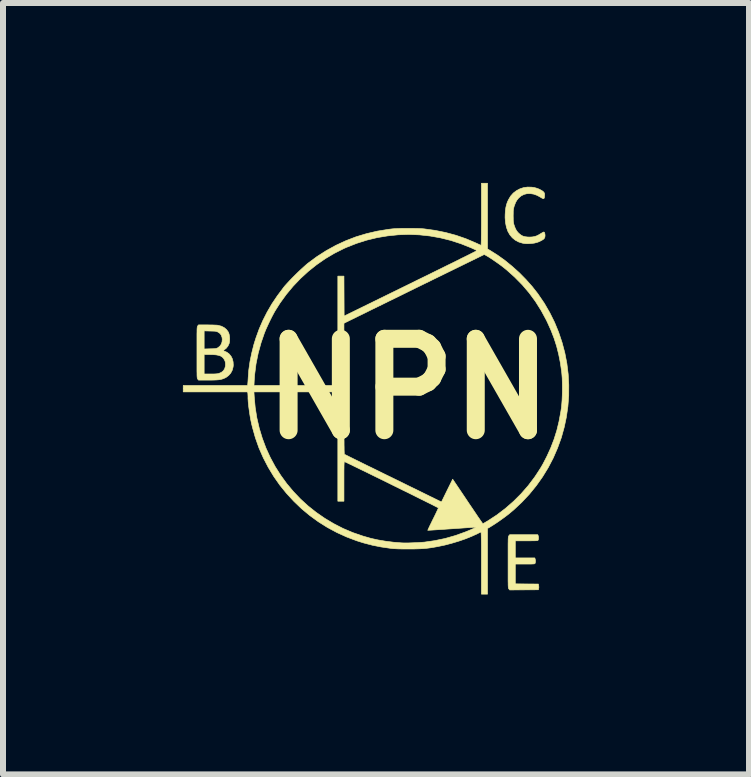
<source format=kicad_pcb>
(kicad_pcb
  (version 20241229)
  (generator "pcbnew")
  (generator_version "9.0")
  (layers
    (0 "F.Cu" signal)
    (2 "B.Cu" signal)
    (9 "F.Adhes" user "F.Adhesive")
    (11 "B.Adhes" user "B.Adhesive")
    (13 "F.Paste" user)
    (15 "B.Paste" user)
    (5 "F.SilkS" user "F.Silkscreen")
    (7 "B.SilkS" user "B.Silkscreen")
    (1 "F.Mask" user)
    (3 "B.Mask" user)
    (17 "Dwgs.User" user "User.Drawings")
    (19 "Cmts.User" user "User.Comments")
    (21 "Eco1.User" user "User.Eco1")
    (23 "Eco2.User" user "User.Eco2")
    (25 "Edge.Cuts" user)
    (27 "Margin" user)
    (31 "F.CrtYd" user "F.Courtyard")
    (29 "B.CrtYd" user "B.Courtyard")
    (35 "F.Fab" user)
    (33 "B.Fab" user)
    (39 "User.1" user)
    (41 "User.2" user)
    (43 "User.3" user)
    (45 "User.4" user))
  (footprint "NPN"
    (layer "F.Cu")
    (at 3.758 3.434)
    (property "Reference" "NPN" (at 0 0 0) (layer "F.SilkS") (effects (font (size 1.524 1.524) (thickness 0.3))))
    (attr through_hole)
    (fp_poly (pts (xy 2.166 2.448) (xy 2.171 2.471) (xy 2.171 2.496) (xy 2.167 2.518) (xy 2.165 2.521) (xy 2.163 2.525) (xy 2.159 2.528) (xy 2.152 2.53) (xy 2.14 2.531) (xy 2.123 2.532) (xy 2.099 2.533) (xy 2.066 2.533) (xy 2.023 2.534) (xy 1.971 2.534) (xy 1.784 2.534) (xy 1.784 2.819) (xy 2.109 2.819) (xy 2.115 2.836) (xy 2.12 2.859) (xy 2.12 2.884) (xy 2.116 2.905) (xy 2.114 2.909) (xy 2.112 2.912) (xy 2.107 2.915) (xy 2.1 2.918) (xy 2.087 2.919) (xy 2.069 2.92) (xy 2.043 2.921) (xy 2.007 2.921) (xy 1.961 2.921) (xy 1.946 2.921) (xy 1.784 2.921) (xy 1.784 3.251) (xy 1.976 3.253) (xy 2.169 3.254) (xy 2.174 3.278) (xy 2.177 3.309) (xy 2.174 3.326) (xy 2.169 3.35) (xy 1.69 3.353) (xy 1.677 3.336) (xy 1.674 3.333) (xy 1.672 3.329) (xy 1.67 3.323) (xy 1.669 3.315) (xy 1.667 3.304) (xy 1.666 3.288) (xy 1.665 3.267) (xy 1.665 3.24) (xy 1.664 3.207) (xy 1.664 3.165) (xy 1.664 3.114) (xy 1.664 3.053) (xy 1.664 2.981) (xy 1.664 2.898) (xy 1.664 2.892) (xy 1.664 2.808) (xy 1.664 2.736) (xy 1.664 2.675) (xy 1.664 2.623) (xy 1.664 2.581) (xy 1.665 2.546) (xy 1.665 2.519) (xy 1.666 2.498) (xy 1.667 2.482) (xy 1.669 2.47) (xy 1.67 2.462) (xy 1.672 2.457) (xy 1.674 2.452) (xy 1.677 2.449) (xy 1.677 2.449) (xy 1.69 2.432) (xy 2.159 2.432) (xy 2.166 2.448)) (stroke (width 0.01) (type solid)) (fill yes) (layer "F.SilkS"))
    (fp_poly (pts (xy 2.06 -3.363) (xy 2.105 -3.356) (xy 2.14 -3.346) (xy 2.176 -3.333) (xy 2.209 -3.316) (xy 2.238 -3.299) (xy 2.257 -3.283) (xy 2.257 -3.282) (xy 2.266 -3.27) (xy 2.271 -3.257) (xy 2.273 -3.24) (xy 2.272 -3.221) (xy 2.27 -3.193) (xy 2.264 -3.177) (xy 2.255 -3.171) (xy 2.239 -3.175) (xy 2.216 -3.188) (xy 2.207 -3.194) (xy 2.149 -3.226) (xy 2.091 -3.247) (xy 2.034 -3.256) (xy 1.98 -3.255) (xy 1.929 -3.242) (xy 1.882 -3.218) (xy 1.841 -3.183) (xy 1.839 -3.181) (xy 1.813 -3.149) (xy 1.791 -3.112) (xy 1.773 -3.066) (xy 1.764 -3.041) (xy 1.759 -3.022) (xy 1.755 -3.004) (xy 1.752 -2.985) (xy 1.75 -2.961) (xy 1.75 -2.93) (xy 1.749 -2.889) (xy 1.749 -2.886) (xy 1.75 -2.845) (xy 1.75 -2.813) (xy 1.752 -2.789) (xy 1.755 -2.769) (xy 1.758 -2.751) (xy 1.764 -2.731) (xy 1.764 -2.731) (xy 1.782 -2.682) (xy 1.801 -2.644) (xy 1.825 -2.612) (xy 1.846 -2.591) (xy 1.878 -2.565) (xy 1.911 -2.547) (xy 1.948 -2.537) (xy 1.991 -2.532) (xy 2.019 -2.531) (xy 2.064 -2.533) (xy 2.101 -2.539) (xy 2.137 -2.55) (xy 2.174 -2.568) (xy 2.207 -2.588) (xy 2.229 -2.601) (xy 2.247 -2.611) (xy 2.258 -2.616) (xy 2.26 -2.616) (xy 2.269 -2.61) (xy 2.275 -2.596) (xy 2.279 -2.575) (xy 2.28 -2.552) (xy 2.277 -2.53) (xy 2.271 -2.515) (xy 2.259 -2.499) (xy 2.236 -2.483) (xy 2.205 -2.466) (xy 2.17 -2.45) (xy 2.143 -2.441) (xy 2.1 -2.43) (xy 2.05 -2.424) (xy 1.998 -2.421) (xy 1.949 -2.422) (xy 1.906 -2.429) (xy 1.841 -2.449) (xy 1.783 -2.48) (xy 1.734 -2.52) (xy 1.693 -2.569) (xy 1.66 -2.627) (xy 1.636 -2.695) (xy 1.621 -2.77) (xy 1.614 -2.854) (xy 1.615 -2.908) (xy 1.619 -2.97) (xy 1.626 -3.022) (xy 1.637 -3.07) (xy 1.652 -3.115) (xy 1.671 -3.155) (xy 1.706 -3.214) (xy 1.75 -3.264) (xy 1.802 -3.304) (xy 1.86 -3.335) (xy 1.923 -3.356) (xy 1.99 -3.365) (xy 2.06 -3.363)) (stroke (width 0.01) (type solid)) (fill yes) (layer "F.SilkS"))
    (fp_poly (pts (xy -3.357 -1.067) (xy -3.313 -1.066) (xy -3.271 -1.066) (xy -3.233 -1.064) (xy -3.201 -1.063) (xy -3.179 -1.061) (xy -3.175 -1.06) (xy -3.119 -1.046) (xy -3.071 -1.022) (xy -3.032 -0.99) (xy -3.002 -0.949) (xy -2.999 -0.943) (xy -2.988 -0.913) (xy -2.981 -0.875) (xy -2.978 -0.834) (xy -2.98 -0.794) (xy -2.986 -0.76) (xy -2.987 -0.757) (xy -3.007 -0.714) (xy -3.035 -0.678) (xy -3.064 -0.655) (xy -3.092 -0.637) (xy -3.068 -0.63) (xy -3.024 -0.61) (xy -2.986 -0.581) (xy -2.955 -0.543) (xy -2.933 -0.499) (xy -2.921 -0.449) (xy -2.918 -0.396) (xy -2.921 -0.366) (xy -2.935 -0.312) (xy -2.961 -0.263) (xy -2.996 -0.223) (xy -3.04 -0.19) (xy -3.059 -0.181) (xy -3.082 -0.171) (xy -3.105 -0.163) (xy -3.13 -0.157) (xy -3.159 -0.152) (xy -3.193 -0.149) (xy -3.235 -0.147) (xy -3.286 -0.146) (xy -3.338 -0.146) (xy -3.498 -0.146) (xy -3.511 -0.163) (xy -3.514 -0.166) (xy -3.516 -0.17) (xy -3.518 -0.176) (xy -3.519 -0.184) (xy -3.521 -0.195) (xy -3.522 -0.211) (xy -3.523 -0.232) (xy -3.523 -0.259) (xy -3.524 -0.293) (xy -3.524 -0.335) (xy -3.524 -0.386) (xy -3.524 -0.447) (xy -3.524 -0.519) (xy -3.524 -0.572) (xy -3.404 -0.572) (xy -3.404 -0.248) (xy -3.297 -0.248) (xy -3.246 -0.248) (xy -3.207 -0.25) (xy -3.178 -0.253) (xy -3.16 -0.257) (xy -3.117 -0.275) (xy -3.085 -0.301) (xy -3.062 -0.335) (xy -3.05 -0.377) (xy -3.048 -0.407) (xy -3.05 -0.436) (xy -3.055 -0.46) (xy -3.065 -0.483) (xy -3.082 -0.51) (xy -3.103 -0.531) (xy -3.13 -0.548) (xy -3.163 -0.559) (xy -3.205 -0.567) (xy -3.257 -0.571) (xy -3.307 -0.572) (xy -3.404 -0.572) (xy -3.524 -0.572) (xy -3.524 -0.602) (xy -3.524 -0.606) (xy -3.524 -0.665) (xy -3.404 -0.665) (xy -3.304 -0.668) (xy -3.265 -0.669) (xy -3.237 -0.67) (xy -3.217 -0.672) (xy -3.202 -0.675) (xy -3.19 -0.679) (xy -3.178 -0.684) (xy -3.175 -0.686) (xy -3.144 -0.71) (xy -3.12 -0.743) (xy -3.106 -0.782) (xy -3.102 -0.824) (xy -3.105 -0.855) (xy -3.118 -0.893) (xy -3.137 -0.921) (xy -3.167 -0.943) (xy -3.172 -0.946) (xy -3.185 -0.952) (xy -3.197 -0.956) (xy -3.212 -0.96) (xy -3.231 -0.962) (xy -3.257 -0.963) (xy -3.293 -0.964) (xy -3.303 -0.964) (xy -3.404 -0.967) (xy -3.404 -0.665) (xy -3.524 -0.665) (xy -3.524 -0.69) (xy -3.524 -0.763) (xy -3.524 -0.824) (xy -3.524 -0.876) (xy -3.524 -0.918) (xy -3.523 -0.953) (xy -3.523 -0.98) (xy -3.522 -1.001) (xy -3.521 -1.017) (xy -3.519 -1.028) (xy -3.518 -1.037) (xy -3.516 -1.042) (xy -3.514 -1.046) (xy -3.511 -1.05) (xy -3.511 -1.05) (xy -3.498 -1.067) (xy -3.357 -1.067)) (stroke (width 0.01) (type solid)) (fill yes) (layer "F.SilkS"))
    (fp_poly (pts (xy 1.321 -2.333) (xy 1.364 -2.308) (xy 1.488 -2.23) (xy 1.612 -2.141) (xy 1.733 -2.042) (xy 1.851 -1.936) (xy 1.962 -1.823) (xy 2.067 -1.705) (xy 2.162 -1.584) (xy 2.167 -1.576) (xy 2.269 -1.426) (xy 2.359 -1.27) (xy 2.439 -1.109) (xy 2.507 -0.943) (xy 2.564 -0.773) (xy 2.61 -0.6) (xy 2.644 -0.424) (xy 2.666 -0.246) (xy 2.676 -0.066) (xy 2.675 0.114) (xy 2.661 0.294) (xy 2.635 0.474) (xy 2.6 0.639) (xy 2.551 0.815) (xy 2.489 0.986) (xy 2.417 1.152) (xy 2.333 1.313) (xy 2.238 1.468) (xy 2.133 1.616) (xy 2.018 1.757) (xy 1.893 1.89) (xy 1.759 2.016) (xy 1.673 2.088) (xy 1.639 2.114) (xy 1.598 2.145) (xy 1.553 2.177) (xy 1.507 2.21) (xy 1.461 2.241) (xy 1.418 2.269) (xy 1.381 2.292) (xy 1.354 2.309) (xy 1.321 2.327) (xy 1.321 2.875) (xy 1.321 3.423) (xy 1.219 3.423) (xy 1.219 2.905) (xy 1.219 2.798) (xy 1.219 2.703) (xy 1.219 2.621) (xy 1.218 2.551) (xy 1.217 2.494) (xy 1.216 2.449) (xy 1.215 2.417) (xy 1.214 2.396) (xy 1.213 2.388) (xy 1.213 2.388) (xy 1.204 2.39) (xy 1.188 2.397) (xy 1.166 2.408) (xy 1.157 2.413) (xy 1.061 2.457) (xy 0.955 2.5) (xy 0.842 2.539) (xy 0.726 2.574) (xy 0.608 2.605) (xy 0.493 2.629) (xy 0.483 2.631) (xy 0.421 2.642) (xy 0.364 2.651) (xy 0.311 2.658) (xy 0.258 2.663) (xy 0.203 2.666) (xy 0.143 2.668) (xy 0.075 2.67) (xy 0 2.67) (xy -0.067 2.67) (xy -0.122 2.669) (xy -0.17 2.668) (xy -0.21 2.666) (xy -0.247 2.664) (xy -0.281 2.661) (xy -0.302 2.658) (xy -0.454 2.636) (xy -0.599 2.607) (xy -0.741 2.57) (xy -0.857 2.534) (xy -1.027 2.47) (xy -1.192 2.395) (xy -1.35 2.31) (xy -1.501 2.215) (xy -1.645 2.11) (xy -1.782 1.996) (xy -1.91 1.873) (xy -2.03 1.743) (xy -2.142 1.605) (xy -2.244 1.459) (xy -2.336 1.307) (xy -2.418 1.149) (xy -2.49 0.985) (xy -2.55 0.815) (xy -2.599 0.641) (xy -2.613 0.584) (xy -2.628 0.513) (xy -2.641 0.438) (xy -2.652 0.362) (xy -2.662 0.289) (xy -2.669 0.221) (xy -2.673 0.16) (xy -2.673 0.124) (xy -2.674 0.099) (xy -2.675 0.078) (xy -2.677 0.065) (xy -2.681 0.051) (xy -2.574 0.051) (xy -2.569 0.129) (xy -2.553 0.308) (xy -2.525 0.485) (xy -2.485 0.657) (xy -2.434 0.825) (xy -2.373 0.988) (xy -2.301 1.145) (xy -2.219 1.297) (xy -2.127 1.442) (xy -2.026 1.581) (xy -1.915 1.713) (xy -1.797 1.837) (xy -1.67 1.953) (xy -1.535 2.06) (xy -1.392 2.159) (xy -1.243 2.248) (xy -1.087 2.328) (xy -0.924 2.397) (xy -0.755 2.455) (xy -0.622 2.493) (xy -0.504 2.519) (xy -0.379 2.54) (xy -0.246 2.557) (xy -0.108 2.568) (xy -0.079 2.569) (xy -0.041 2.569) (xy 0.005 2.569) (xy 0.055 2.567) (xy 0.107 2.565) (xy 0.158 2.563) (xy 0.206 2.56) (xy 0.246 2.557) (xy 0.264 2.556) (xy 0.438 2.531) (xy 0.612 2.495) (xy 0.784 2.446) (xy 0.951 2.386) (xy 1.013 2.361) (xy 1.055 2.343) (xy 1.086 2.329) (xy 1.108 2.319) (xy 1.119 2.313) (xy 1.122 2.309) (xy 1.116 2.307) (xy 1.103 2.307) (xy 1.084 2.308) (xy 1.079 2.309) (xy 0.955 2.317) (xy 0.842 2.325) (xy 0.739 2.332) (xy 0.647 2.338) (xy 0.566 2.344) (xy 0.496 2.348) (xy 0.438 2.352) (xy 0.392 2.355) (xy 0.357 2.357) (xy 0.335 2.358) (xy 0.325 2.358) (xy 0.324 2.358) (xy 0.327 2.352) (xy 0.334 2.336) (xy 0.345 2.312) (xy 0.36 2.28) (xy 0.379 2.242) (xy 0.399 2.2) (xy 0.412 2.174) (xy 0.434 2.13) (xy 0.454 2.089) (xy 0.471 2.053) (xy 0.485 2.023) (xy 0.495 2.001) (xy 0.501 1.988) (xy 0.502 1.985) (xy 0.496 1.982) (xy 0.48 1.973) (xy 0.454 1.96) (xy 0.419 1.942) (xy 0.376 1.92) (xy 0.325 1.895) (xy 0.267 1.866) (xy 0.204 1.835) (xy 0.136 1.801) (xy 0.064 1.765) (xy -0.012 1.727) (xy -0.091 1.689) (xy -0.171 1.649) (xy -0.253 1.609) (xy -0.335 1.568) (xy -0.416 1.528) (xy -0.496 1.489) (xy -0.574 1.451) (xy -0.649 1.414) (xy -0.72 1.379) (xy -0.787 1.347) (xy -0.848 1.317) (xy -0.904 1.29) (xy -0.952 1.266) (xy -0.993 1.247) (xy -1.025 1.231) (xy -1.048 1.221) (xy -1.061 1.215) (xy -1.064 1.214) (xy -1.066 1.215) (xy -1.068 1.219) (xy -1.069 1.226) (xy -1.07 1.239) (xy -1.071 1.258) (xy -1.072 1.284) (xy -1.072 1.318) (xy -1.073 1.361) (xy -1.073 1.414) (xy -1.073 1.478) (xy -1.073 1.543) (xy -1.073 1.873) (xy -1.175 1.873) (xy -1.175 0.051) (xy -2.574 0.051) (xy -2.681 0.051) (xy -3.753 0.051) (xy -3.753 -0.057) (xy -2.68 -0.057) (xy -2.573 -0.057) (xy -1.175 -0.057) (xy -1.175 -1.093) (xy -1.073 -1.093) (xy -1.073 -0.004) (xy -1.073 0.139) (xy -1.073 0.27) (xy -1.073 0.389) (xy -1.073 0.497) (xy -1.073 0.594) (xy -1.072 0.68) (xy -1.072 0.757) (xy -1.072 0.825) (xy -1.071 0.883) (xy -1.071 0.934) (xy -1.07 0.976) (xy -1.07 1.011) (xy -1.069 1.039) (xy -1.068 1.06) (xy -1.068 1.075) (xy -1.067 1.085) (xy -1.066 1.09) (xy -1.065 1.091) (xy -1.059 1.094) (xy -1.041 1.103) (xy -1.014 1.116) (xy -0.977 1.135) (xy -0.932 1.157) (xy -0.878 1.184) (xy -0.818 1.213) (xy -0.75 1.247) (xy -0.677 1.283) (xy -0.598 1.321) (xy -0.515 1.362) (xy -0.428 1.405) (xy -0.338 1.449) (xy -0.321 1.457) (xy -0.229 1.502) (xy -0.139 1.546) (xy -0.052 1.589) (xy 0.031 1.63) (xy 0.11 1.668) (xy 0.183 1.704) (xy 0.25 1.737) (xy 0.311 1.767) (xy 0.363 1.793) (xy 0.408 1.814) (xy 0.443 1.832) (xy 0.469 1.844) (xy 0.484 1.852) (xy 0.484 1.852) (xy 0.553 1.886) (xy 0.646 1.696) (xy 0.74 1.506) (xy 0.845 1.662) (xy 0.909 1.757) (xy 0.966 1.842) (xy 1.016 1.917) (xy 1.061 1.983) (xy 1.1 2.041) (xy 1.133 2.09) (xy 1.161 2.132) (xy 1.185 2.166) (xy 1.204 2.194) (xy 1.219 2.215) (xy 1.23 2.231) (xy 1.237 2.241) (xy 1.242 2.247) (xy 1.244 2.248) (xy 1.25 2.245) (xy 1.266 2.236) (xy 1.288 2.223) (xy 1.315 2.207) (xy 1.326 2.201) (xy 1.477 2.102) (xy 1.62 1.993) (xy 1.755 1.875) (xy 1.882 1.748) (xy 1.999 1.614) (xy 2.107 1.471) (xy 2.131 1.435) (xy 2.173 1.371) (xy 2.21 1.313) (xy 2.243 1.256) (xy 2.275 1.195) (xy 2.309 1.128) (xy 2.31 1.127) (xy 2.375 0.984) (xy 2.43 0.841) (xy 2.476 0.695) (xy 2.513 0.543) (xy 2.542 0.385) (xy 2.554 0.308) (xy 2.559 0.253) (xy 2.564 0.188) (xy 2.567 0.117) (xy 2.569 0.041) (xy 2.569 -0.035) (xy 2.568 -0.109) (xy 2.566 -0.179) (xy 2.561 -0.242) (xy 2.557 -0.286) (xy 2.535 -0.436) (xy 2.507 -0.577) (xy 2.473 -0.712) (xy 2.431 -0.843) (xy 2.381 -0.973) (xy 2.322 -1.104) (xy 2.302 -1.146) (xy 2.216 -1.305) (xy 2.121 -1.456) (xy 2.016 -1.599) (xy 1.901 -1.734) (xy 1.775 -1.862) (xy 1.64 -1.983) (xy 1.587 -2.026) (xy 1.552 -2.053) (xy 1.511 -2.083) (xy 1.467 -2.114) (xy 1.422 -2.145) (xy 1.379 -2.174) (xy 1.34 -2.199) (xy 1.308 -2.218) (xy 1.302 -2.221) (xy 1.267 -2.241) (xy 0.114 -1.677) (xy 0.000246 -1.621) (xy -0.111 -1.566) (xy -0.219 -1.513) (xy -0.322 -1.463) (xy -0.421 -1.414) (xy -0.515 -1.368) (xy -0.604 -1.325) (xy -0.686 -1.284) (xy -0.761 -1.247) (xy -0.829 -1.214) (xy -0.889 -1.184) (xy -0.941 -1.159) (xy -0.984 -1.138) (xy -1.017 -1.121) (xy -1.041 -1.11) (xy -1.053 -1.104) (xy -1.056 -1.102) (xy -1.073 -1.093) (xy -1.175 -1.093) (xy -1.175 -1.88) (xy -1.124 -1.88) (xy -1.073 -1.88) (xy -1.07 -1.214) (xy 0.04 -1.758) (xy 0.151 -1.813) (xy 0.26 -1.866) (xy 0.364 -1.917) (xy 0.465 -1.967) (xy 0.561 -2.014) (xy 0.651 -2.059) (xy 0.736 -2.1) (xy 0.814 -2.139) (xy 0.885 -2.175) (xy 0.949 -2.206) (xy 1.005 -2.234) (xy 1.052 -2.258) (xy 1.09 -2.277) (xy 1.119 -2.292) (xy 1.137 -2.302) (xy 1.144 -2.306) (xy 1.144 -2.306) (xy 1.137 -2.31) (xy 1.121 -2.318) (xy 1.096 -2.33) (xy 1.067 -2.343) (xy 1.048 -2.352) (xy 0.88 -2.419) (xy 0.709 -2.475) (xy 0.536 -2.518) (xy 0.362 -2.549) (xy 0.186 -2.568) (xy 0.009 -2.575) (xy -0.168 -2.569) (xy -0.344 -2.551) (xy -0.519 -2.522) (xy -0.692 -2.48) (xy -0.862 -2.426) (xy -1.03 -2.36) (xy -1.075 -2.34) (xy -1.232 -2.261) (xy -1.384 -2.171) (xy -1.529 -2.07) (xy -1.667 -1.96) (xy -1.798 -1.84) (xy -1.921 -1.711) (xy -2.035 -1.574) (xy -2.14 -1.429) (xy -2.225 -1.294) (xy -2.247 -1.254) (xy -2.273 -1.205) (xy -2.3 -1.151) (xy -2.327 -1.095) (xy -2.353 -1.039) (xy -2.376 -0.988) (xy -2.394 -0.943) (xy -2.396 -0.94) (xy -2.455 -0.769) (xy -2.503 -0.594) (xy -2.539 -0.416) (xy -2.562 -0.236) (xy -2.569 -0.138) (xy -2.573 -0.057) (xy -2.68 -0.057) (xy -2.677 -0.078) (xy -2.676 -0.092) (xy -2.674 -0.116) (xy -2.672 -0.146) (xy -2.67 -0.178) (xy -2.67 -0.18) (xy -2.66 -0.314) (xy -2.64 -0.454) (xy -2.611 -0.596) (xy -2.575 -0.739) (xy -2.54 -0.851) (xy -2.486 -1) (xy -2.424 -1.142) (xy -2.354 -1.28) (xy -2.275 -1.416) (xy -2.185 -1.55) (xy -2.084 -1.685) (xy -2.083 -1.687) (xy -2.056 -1.72) (xy -2.02 -1.76) (xy -1.979 -1.804) (xy -1.934 -1.851) (xy -1.886 -1.899) (xy -1.837 -1.947) (xy -1.789 -1.992) (xy -1.744 -2.033) (xy -1.704 -2.069) (xy -1.678 -2.091) (xy -1.527 -2.203) (xy -1.371 -2.303) (xy -1.21 -2.392) (xy -1.044 -2.469) (xy -0.873 -2.535) (xy -0.697 -2.588) (xy -0.517 -2.63) (xy -0.332 -2.66) (xy -0.267 -2.668) (xy -0.231 -2.671) (xy -0.184 -2.673) (xy -0.131 -2.675) (xy -0.072 -2.676) (xy -0.01 -2.676) (xy 0.052 -2.676) (xy 0.112 -2.675) (xy 0.167 -2.674) (xy 0.215 -2.672) (xy 0.254 -2.669) (xy 0.264 -2.668) (xy 0.446 -2.643) (xy 0.623 -2.607) (xy 0.794 -2.561) (xy 0.959 -2.504) (xy 1.117 -2.437) (xy 1.13 -2.431) (xy 1.159 -2.418) (xy 1.184 -2.406) (xy 1.203 -2.398) (xy 1.213 -2.394) (xy 1.214 -2.394) (xy 1.215 -2.4) (xy 1.215 -2.418) (xy 1.216 -2.447) (xy 1.217 -2.486) (xy 1.217 -2.533) (xy 1.218 -2.589) (xy 1.218 -2.651) (xy 1.219 -2.72) (xy 1.219 -2.794) (xy 1.219 -2.872) (xy 1.219 -2.911) (xy 1.219 -3.429) (xy 1.321 -3.429) (xy 1.321 -2.333)) (stroke (width 0.01) (type solid)) (fill yes) (layer "F.SilkS")))
  (gr_rect
    (start -3 -3)
    (end 9.439 9.862)
    (stroke (width 0.1) (type default))
    (fill no)
    (layer "Edge.Cuts")))
</source>
